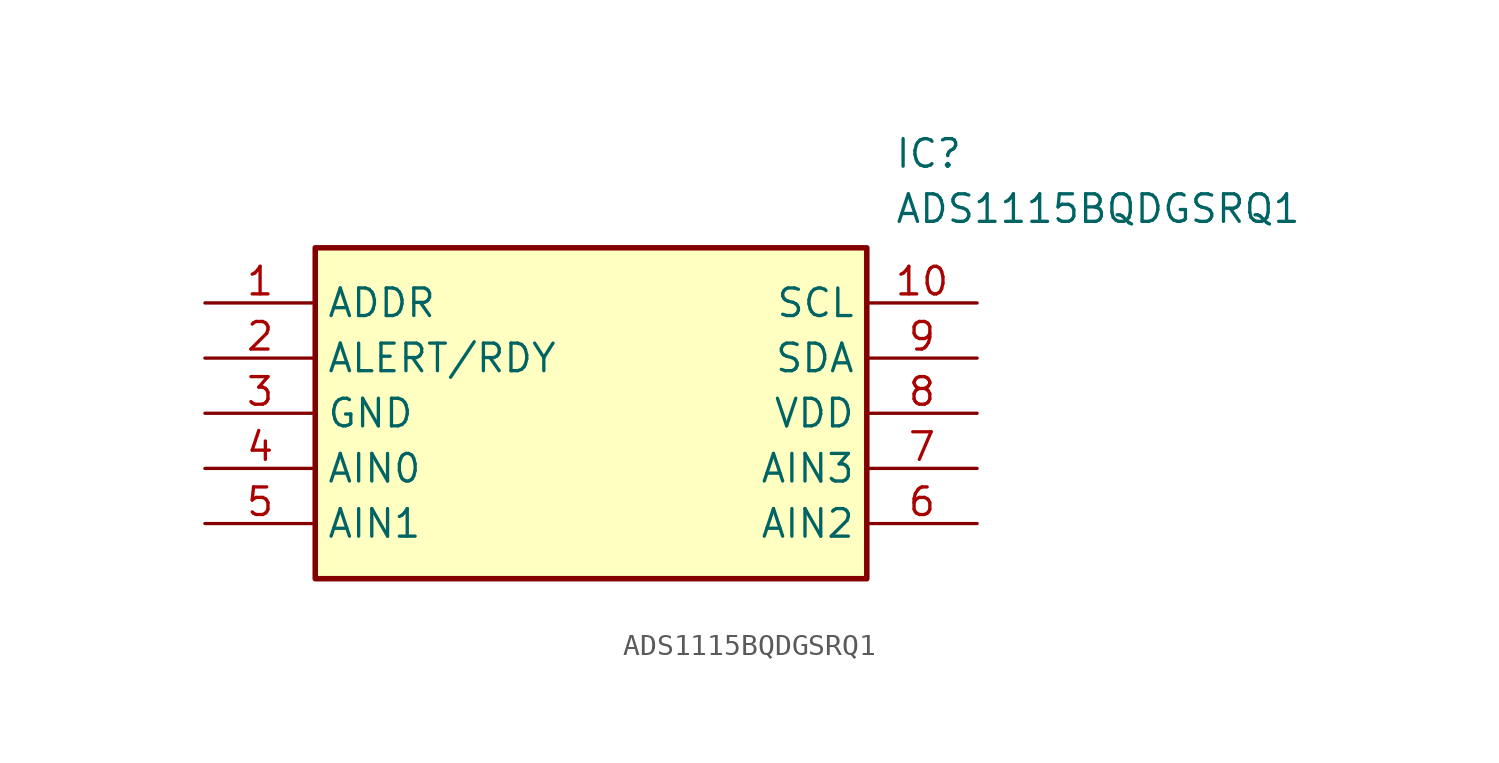
<source format=kicad_sym>
(kicad_symbol_lib
  (version 20211014)
  (generator SamacSys_ECAD_Model)
  (symbol "ADS1115BQDGSRQ1"
    (property "Reference" "IC"
      (at 31.75 7.62 0)
      (effects (font (size 1.27 1.27)) (justify left top)))
    (property "Value" "ADS1115BQDGSRQ1"
      (at 31.75 5.08 0)
      (effects (font (size 1.27 1.27)) (justify left top)))
    (rectangle
      (start 5.08 2.54)
      (end 30.48 -12.7)
      (stroke (width 0.254) (type default))
      (fill (type background)))
    (pin passive line
      (at 0 0 0)
      (length 5.08)
      (name "ADDR" (effects (font (size 1.27 1.27))))
      (number "1" (effects (font (size 1.27 1.27)))))
    (pin passive line
      (at 0 -2.54 0)
      (length 5.08)
      (name "ALERT/RDY" (effects (font (size 1.27 1.27))))
      (number "2" (effects (font (size 1.27 1.27)))))
    (pin passive line
      (at 0 -5.08 0)
      (length 5.08)
      (name "GND" (effects (font (size 1.27 1.27))))
      (number "3" (effects (font (size 1.27 1.27)))))
    (pin passive line
      (at 0 -7.62 0)
      (length 5.08)
      (name "AIN0" (effects (font (size 1.27 1.27))))
      (number "4" (effects (font (size 1.27 1.27)))))
    (pin passive line
      (at 0 -10.16 0)
      (length 5.08)
      (name "AIN1" (effects (font (size 1.27 1.27))))
      (number "5" (effects (font (size 1.27 1.27)))))
    (pin passive line
      (at 35.56 0 180)
      (length 5.08)
      (name "SCL" (effects (font (size 1.27 1.27))))
      (number "10" (effects (font (size 1.27 1.27)))))
    (pin passive line
      (at 35.56 -2.54 180)
      (length 5.08)
      (name "SDA" (effects (font (size 1.27 1.27))))
      (number "9" (effects (font (size 1.27 1.27)))))
    (pin passive line
      (at 35.56 -5.08 180)
      (length 5.08)
      (name "VDD" (effects (font (size 1.27 1.27))))
      (number "8" (effects (font (size 1.27 1.27)))))
    (pin passive line
      (at 35.56 -7.62 180)
      (length 5.08)
      (name "AIN3" (effects (font (size 1.27 1.27))))
      (number "7" (effects (font (size 1.27 1.27)))))
    (pin passive line
      (at 35.56 -10.16 180)
      (length 5.08)
      (name "AIN2" (effects (font (size 1.27 1.27))))
      (number "6" (effects (font (size 1.27 1.27)))))))
</source>
